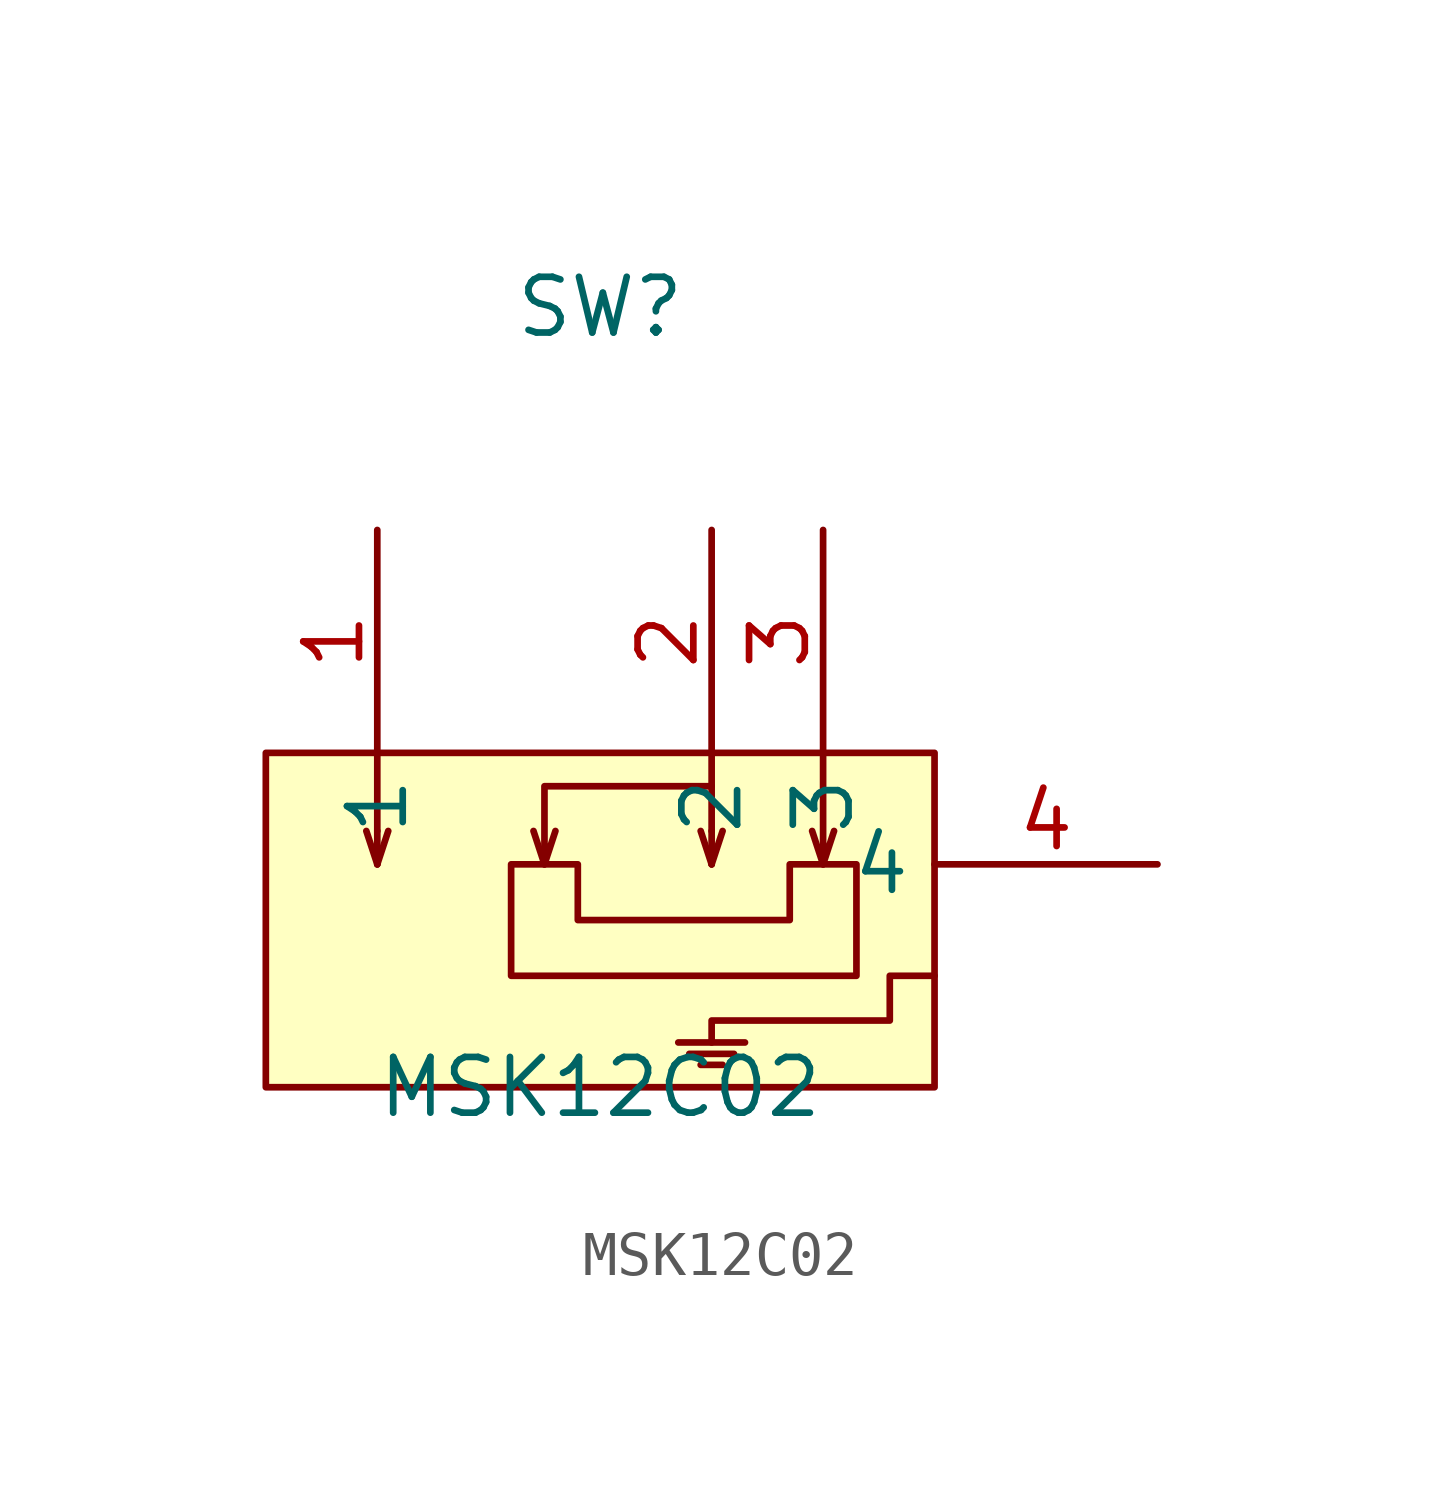
<source format=kicad_sym>
(kicad_symbol_lib
  (version 20211014)
  (generator https://github.com/uPesy/easyeda2kicad.py)
  (symbol "MSK12C02"
    (property "Reference" "SW"
      (at 0 12.70 0)
      (effects (font (size 1.27 1.27))))
    (property "Value" "MSK12C02"
      (at 0 -5.08 0)
      (effects (font (size 1.27 1.27))))
    (symbol "MSK12C02_0_1"
      (rectangle (start -7.62 2.54) (end 7.62 -5.08) (stroke (width 0) (type default) (color 0 0 0 0)) (fill (type background)))
      (polyline (pts (xy 2.29 -4.57) (xy 2.79 -4.57)) (stroke (width 0) (type default) (color 0 0 0 0)) (fill (type none)))
      (polyline (pts (xy 2.03 -4.32) (xy 3.05 -4.32)) (stroke (width 0) (type default) (color 0 0 0 0)) (fill (type none)))
      (polyline (pts (xy 1.78 -4.06) (xy 3.30 -4.06)) (stroke (width 0) (type default) (color 0 0 0 0)) (fill (type none)))
      (polyline (pts (xy 7.62 -2.54) (xy 6.60 -2.54) (xy 6.60 -3.56) (xy 2.54 -3.56) (xy 2.54 -4.06)) (stroke (width 0) (type default) (color 0 0 0 0)) (fill (type none)))
      (polyline (pts (xy 2.54 -0.00) (xy 2.29 0.76)) (stroke (width 0) (type default) (color 0 0 0 0)) (fill (type none)))
      (polyline (pts (xy 2.54 -0.00) (xy 2.79 0.76)) (stroke (width 0) (type default) (color 0 0 0 0)) (fill (type none)))
      (polyline (pts (xy 5.08 -0.00) (xy 4.83 0.76)) (stroke (width 0) (type default) (color 0 0 0 0)) (fill (type none)))
      (polyline (pts (xy 5.08 2.54) (xy 5.08 -0.00) (xy 5.33 0.76)) (stroke (width 0) (type default) (color 0 0 0 0)) (fill (type none)))
      (polyline (pts (xy -1.78 -0.00) (xy -0.51 -0.00) (xy -0.51 -1.27) (xy 4.32 -1.27) (xy 4.32 -0.00) (xy 5.84 -0.00) (xy 5.84 -2.54) (xy -2.03 -2.54) (xy -2.03 -0.00) (xy -1.78 -0.00)) (stroke (width 0) (type default) (color 0 0 0 0)) (fill (type background)))
      (polyline (pts (xy -1.27 -0.00) (xy -1.52 0.76)) (stroke (width 0) (type default) (color 0 0 0 0)) (fill (type none)))
      (polyline (pts (xy 2.54 1.78) (xy -1.27 1.78) (xy -1.27 -0.00) (xy -1.02 0.76)) (stroke (width 0) (type default) (color 0 0 0 0)) (fill (type none)))
      (polyline (pts (xy 2.54 0.76) (xy 2.54 -0.00)) (stroke (width 0) (type default) (color 0 0 0 0)) (fill (type none)))
      (polyline (pts (xy 2.54 2.54) (xy 2.54 0.76)) (stroke (width 0) (type default) (color 0 0 0 0)) (fill (type none)))
      (polyline (pts (xy -5.08 2.54) (xy -5.08 0.76)) (stroke (width 0) (type default) (color 0 0 0 0)) (fill (type none)))
      (polyline (pts (xy -5.08 0.76) (xy -5.08 -0.00)) (stroke (width 0) (type default) (color 0 0 0 0)) (fill (type none)))
      (polyline (pts (xy -5.08 -0.00) (xy -4.83 0.76)) (stroke (width 0) (type default) (color 0 0 0 0)) (fill (type none)))
      (polyline (pts (xy -5.08 -0.00) (xy -5.33 0.76)) (stroke (width 0) (type default) (color 0 0 0 0)) (fill (type none)))
      (pin unspecified line (at 12.70 -0.00 180) (length 5.08) (name "4" (effects (font (size 1.27 1.27)))) (number "4" (effects (font (size 1.27 1.27)))))
      (pin unspecified line (at 5.08 7.62 270) (length 5.08) (name "3" (effects (font (size 1.27 1.27)))) (number "3" (effects (font (size 1.27 1.27)))))
      (pin unspecified line (at 2.54 7.62 270) (length 5.08) (name "2" (effects (font (size 1.27 1.27)))) (number "2" (effects (font (size 1.27 1.27)))))
      (pin unspecified line (at -5.08 7.62 270) (length 5.08) (name "1" (effects (font (size 1.27 1.27)))) (number "1" (effects (font (size 1.27 1.27))))))))
</source>
